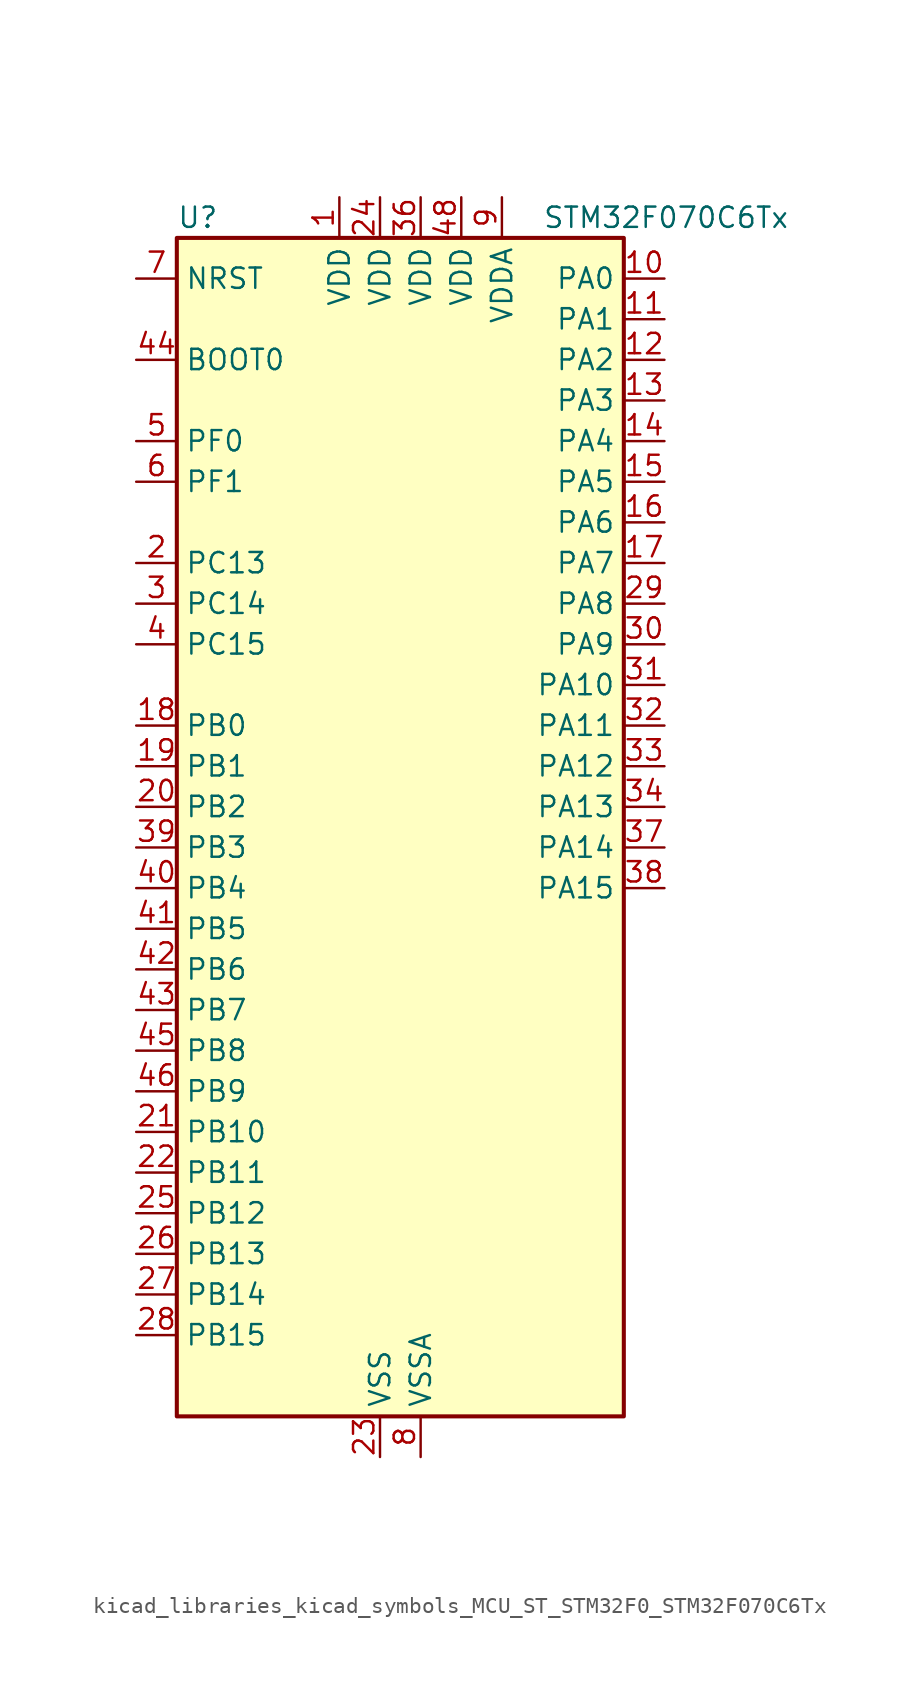
<source format=kicad_sym>
(kicad_symbol_lib
  (version 20220914)
  (generator kicad_symbol_editor)
  (symbol "kicad_libraries_kicad_symbols_MCU_ST_STM32F0_STM32F070C6Tx"
    (property "Reference" "U"
      (at -12.7 39.37 0)
      (effects (font (size 1.27 1.27)) (justify left)))
    (property "Value" "STM32F070C6Tx"
      (at 10.16 39.37 0)
      (effects (font (size 1.27 1.27)) (justify left)))
    (property "ki_locked" ""
      (at 0 0 0)
      (effects (font (size 1.27 1.27))))
    (symbol "kicad_libraries_kicad_symbols_MCU_ST_STM32F0_STM32F070C6Tx_0_1"
      (rectangle (start -12.7 -35.56) (end 15.24 38.1) (stroke (width 0.254) (type default)) (fill (type background))))
    (symbol "kicad_libraries_kicad_symbols_MCU_ST_STM32F0_STM32F070C6Tx_1_1"
      (pin power_in line (at -2.54 40.64 270) (length 2.54) (name "VDD" (effects (font (size 1.27 1.27)))) (number "1" (effects (font (size 1.27 1.27)))))
      (pin bidirectional line (at 17.78 35.56 180) (length 2.54) (name "PA0" (effects (font (size 1.27 1.27)))) (number "10" (effects (font (size 1.27 1.27)))) (alternate "ADC_IN0" bidirectional line) (alternate "RTC_TAMP2" bidirectional line) (alternate "SYS_WKUP1" bidirectional line) (alternate "USART2_CTS" bidirectional line))
      (pin bidirectional line (at 17.78 33.02 180) (length 2.54) (name "PA1" (effects (font (size 1.27 1.27)))) (number "11" (effects (font (size 1.27 1.27)))) (alternate "ADC_IN1" bidirectional line) (alternate "USART2_DE" bidirectional line) (alternate "USART2_RTS" bidirectional line))
      (pin bidirectional line (at 17.78 30.48 180) (length 2.54) (name "PA2" (effects (font (size 1.27 1.27)))) (number "12" (effects (font (size 1.27 1.27)))) (alternate "ADC_IN2" bidirectional line) (alternate "SYS_WKUP4" bidirectional line) (alternate "USART2_TX" bidirectional line))
      (pin bidirectional line (at 17.78 27.94 180) (length 2.54) (name "PA3" (effects (font (size 1.27 1.27)))) (number "13" (effects (font (size 1.27 1.27)))) (alternate "ADC_IN3" bidirectional line) (alternate "USART2_RX" bidirectional line))
      (pin bidirectional line (at 17.78 25.4 180) (length 2.54) (name "PA4" (effects (font (size 1.27 1.27)))) (number "14" (effects (font (size 1.27 1.27)))) (alternate "ADC_IN4" bidirectional line) (alternate "SPI1_NSS" bidirectional line) (alternate "TIM14_CH1" bidirectional line) (alternate "USART2_CK" bidirectional line) (alternate "USB_NOE" bidirectional line))
      (pin bidirectional line (at 17.78 22.86 180) (length 2.54) (name "PA5" (effects (font (size 1.27 1.27)))) (number "15" (effects (font (size 1.27 1.27)))) (alternate "ADC_IN5" bidirectional line) (alternate "SPI1_SCK" bidirectional line))
      (pin bidirectional line (at 17.78 20.32 180) (length 2.54) (name "PA6" (effects (font (size 1.27 1.27)))) (number "16" (effects (font (size 1.27 1.27)))) (alternate "ADC_IN6" bidirectional line) (alternate "SPI1_MISO" bidirectional line) (alternate "TIM16_CH1" bidirectional line) (alternate "TIM1_BKIN" bidirectional line) (alternate "TIM3_CH1" bidirectional line))
      (pin bidirectional line (at 17.78 17.78 180) (length 2.54) (name "PA7" (effects (font (size 1.27 1.27)))) (number "17" (effects (font (size 1.27 1.27)))) (alternate "ADC_IN7" bidirectional line) (alternate "SPI1_MOSI" bidirectional line) (alternate "TIM14_CH1" bidirectional line) (alternate "TIM17_CH1" bidirectional line) (alternate "TIM1_CH1N" bidirectional line) (alternate "TIM3_CH2" bidirectional line))
      (pin bidirectional line (at -15.24 7.62 0) (length 2.54) (name "PB0" (effects (font (size 1.27 1.27)))) (number "18" (effects (font (size 1.27 1.27)))) (alternate "ADC_IN8" bidirectional line) (alternate "TIM1_CH2N" bidirectional line) (alternate "TIM3_CH3" bidirectional line))
      (pin bidirectional line (at -15.24 5.08 0) (length 2.54) (name "PB1" (effects (font (size 1.27 1.27)))) (number "19" (effects (font (size 1.27 1.27)))) (alternate "ADC_IN9" bidirectional line) (alternate "TIM14_CH1" bidirectional line) (alternate "TIM1_CH3N" bidirectional line) (alternate "TIM3_CH4" bidirectional line))
      (pin bidirectional line (at -15.24 17.78 0) (length 2.54) (name "PC13" (effects (font (size 1.27 1.27)))) (number "2" (effects (font (size 1.27 1.27)))) (alternate "RTC_OUT_ALARM" bidirectional line) (alternate "RTC_OUT_CALIB" bidirectional line) (alternate "RTC_TAMP1" bidirectional line) (alternate "RTC_TS" bidirectional line) (alternate "SYS_WKUP2" bidirectional line))
      (pin bidirectional line (at -15.24 2.54 0) (length 2.54) (name "PB2" (effects (font (size 1.27 1.27)))) (number "20" (effects (font (size 1.27 1.27)))))
      (pin bidirectional line (at -15.24 -17.78 0) (length 2.54) (name "PB10" (effects (font (size 1.27 1.27)))) (number "21" (effects (font (size 1.27 1.27)))))
      (pin bidirectional line (at -15.24 -20.32 0) (length 2.54) (name "PB11" (effects (font (size 1.27 1.27)))) (number "22" (effects (font (size 1.27 1.27)))))
      (pin power_in line (at 0 -38.1 90) (length 2.54) (name "VSS" (effects (font (size 1.27 1.27)))) (number "23" (effects (font (size 1.27 1.27)))))
      (pin power_in line (at 0 40.64 270) (length 2.54) (name "VDD" (effects (font (size 1.27 1.27)))) (number "24" (effects (font (size 1.27 1.27)))))
      (pin bidirectional line (at -15.24 -22.86 0) (length 2.54) (name "PB12" (effects (font (size 1.27 1.27)))) (number "25" (effects (font (size 1.27 1.27)))) (alternate "TIM1_BKIN" bidirectional line))
      (pin bidirectional line (at -15.24 -25.4 0) (length 2.54) (name "PB13" (effects (font (size 1.27 1.27)))) (number "26" (effects (font (size 1.27 1.27)))) (alternate "TIM1_CH1N" bidirectional line))
      (pin bidirectional line (at -15.24 -27.94 0) (length 2.54) (name "PB14" (effects (font (size 1.27 1.27)))) (number "27" (effects (font (size 1.27 1.27)))) (alternate "TIM1_CH2N" bidirectional line))
      (pin bidirectional line (at -15.24 -30.48 0) (length 2.54) (name "PB15" (effects (font (size 1.27 1.27)))) (number "28" (effects (font (size 1.27 1.27)))) (alternate "RTC_REFIN" bidirectional line) (alternate "SYS_WKUP7" bidirectional line) (alternate "TIM1_CH3N" bidirectional line))
      (pin bidirectional line (at 17.78 15.24 180) (length 2.54) (name "PA8" (effects (font (size 1.27 1.27)))) (number "29" (effects (font (size 1.27 1.27)))) (alternate "RCC_MCO" bidirectional line) (alternate "TIM1_CH1" bidirectional line) (alternate "USART1_CK" bidirectional line))
      (pin bidirectional line (at -15.24 15.24 0) (length 2.54) (name "PC14" (effects (font (size 1.27 1.27)))) (number "3" (effects (font (size 1.27 1.27)))) (alternate "RCC_OSC32_IN" bidirectional line))
      (pin bidirectional line (at 17.78 12.7 180) (length 2.54) (name "PA9" (effects (font (size 1.27 1.27)))) (number "30" (effects (font (size 1.27 1.27)))) (alternate "I2C1_SCL" bidirectional line) (alternate "TIM1_CH2" bidirectional line) (alternate "USART1_TX" bidirectional line))
      (pin bidirectional line (at 17.78 10.16 180) (length 2.54) (name "PA10" (effects (font (size 1.27 1.27)))) (number "31" (effects (font (size 1.27 1.27)))) (alternate "I2C1_SDA" bidirectional line) (alternate "TIM17_BKIN" bidirectional line) (alternate "TIM1_CH3" bidirectional line) (alternate "USART1_RX" bidirectional line))
      (pin bidirectional line (at 17.78 7.62 180) (length 2.54) (name "PA11" (effects (font (size 1.27 1.27)))) (number "32" (effects (font (size 1.27 1.27)))) (alternate "TIM1_CH4" bidirectional line) (alternate "USART1_CTS" bidirectional line) (alternate "USB_DM" bidirectional line))
      (pin bidirectional line (at 17.78 5.08 180) (length 2.54) (name "PA12" (effects (font (size 1.27 1.27)))) (number "33" (effects (font (size 1.27 1.27)))) (alternate "TIM1_ETR" bidirectional line) (alternate "USART1_DE" bidirectional line) (alternate "USART1_RTS" bidirectional line) (alternate "USB_DP" bidirectional line))
      (pin bidirectional line (at 17.78 2.54 180) (length 2.54) (name "PA13" (effects (font (size 1.27 1.27)))) (number "34" (effects (font (size 1.27 1.27)))) (alternate "IR_OUT" bidirectional line) (alternate "SYS_SWDIO" bidirectional line) (alternate "USB_NOE" bidirectional line))
      (pin passive line (at 0 -38.1 90) (length 2.54) hide (name "VSS" (effects (font (size 1.27 1.27)))) (number "35" (effects (font (size 1.27 1.27)))))
      (pin power_in line (at 2.54 40.64 270) (length 2.54) (name "VDD" (effects (font (size 1.27 1.27)))) (number "36" (effects (font (size 1.27 1.27)))))
      (pin bidirectional line (at 17.78 0 180) (length 2.54) (name "PA14" (effects (font (size 1.27 1.27)))) (number "37" (effects (font (size 1.27 1.27)))) (alternate "SYS_SWCLK" bidirectional line) (alternate "USART2_TX" bidirectional line))
      (pin bidirectional line (at 17.78 -2.54 180) (length 2.54) (name "PA15" (effects (font (size 1.27 1.27)))) (number "38" (effects (font (size 1.27 1.27)))) (alternate "SPI1_NSS" bidirectional line) (alternate "USART2_RX" bidirectional line))
      (pin bidirectional line (at -15.24 0 0) (length 2.54) (name "PB3" (effects (font (size 1.27 1.27)))) (number "39" (effects (font (size 1.27 1.27)))) (alternate "SPI1_SCK" bidirectional line))
      (pin bidirectional line (at -15.24 12.7 0) (length 2.54) (name "PC15" (effects (font (size 1.27 1.27)))) (number "4" (effects (font (size 1.27 1.27)))) (alternate "RCC_OSC32_OUT" bidirectional line))
      (pin bidirectional line (at -15.24 -2.54 0) (length 2.54) (name "PB4" (effects (font (size 1.27 1.27)))) (number "40" (effects (font (size 1.27 1.27)))) (alternate "SPI1_MISO" bidirectional line) (alternate "TIM17_BKIN" bidirectional line) (alternate "TIM3_CH1" bidirectional line))
      (pin bidirectional line (at -15.24 -5.08 0) (length 2.54) (name "PB5" (effects (font (size 1.27 1.27)))) (number "41" (effects (font (size 1.27 1.27)))) (alternate "I2C1_SMBA" bidirectional line) (alternate "SPI1_MOSI" bidirectional line) (alternate "SYS_WKUP6" bidirectional line) (alternate "TIM16_BKIN" bidirectional line) (alternate "TIM3_CH2" bidirectional line))
      (pin bidirectional line (at -15.24 -7.62 0) (length 2.54) (name "PB6" (effects (font (size 1.27 1.27)))) (number "42" (effects (font (size 1.27 1.27)))) (alternate "I2C1_SCL" bidirectional line) (alternate "TIM16_CH1N" bidirectional line) (alternate "USART1_TX" bidirectional line))
      (pin bidirectional line (at -15.24 -10.16 0) (length 2.54) (name "PB7" (effects (font (size 1.27 1.27)))) (number "43" (effects (font (size 1.27 1.27)))) (alternate "I2C1_SDA" bidirectional line) (alternate "TIM17_CH1N" bidirectional line) (alternate "USART1_RX" bidirectional line))
      (pin input line (at -15.24 30.48 0) (length 2.54) (name "BOOT0" (effects (font (size 1.27 1.27)))) (number "44" (effects (font (size 1.27 1.27)))))
      (pin bidirectional line (at -15.24 -12.7 0) (length 2.54) (name "PB8" (effects (font (size 1.27 1.27)))) (number "45" (effects (font (size 1.27 1.27)))) (alternate "I2C1_SCL" bidirectional line) (alternate "TIM16_CH1" bidirectional line))
      (pin bidirectional line (at -15.24 -15.24 0) (length 2.54) (name "PB9" (effects (font (size 1.27 1.27)))) (number "46" (effects (font (size 1.27 1.27)))) (alternate "I2C1_SDA" bidirectional line) (alternate "IR_OUT" bidirectional line) (alternate "TIM17_CH1" bidirectional line))
      (pin passive line (at 0 -38.1 90) (length 2.54) hide (name "VSS" (effects (font (size 1.27 1.27)))) (number "47" (effects (font (size 1.27 1.27)))))
      (pin power_in line (at 5.08 40.64 270) (length 2.54) (name "VDD" (effects (font (size 1.27 1.27)))) (number "48" (effects (font (size 1.27 1.27)))))
      (pin bidirectional line (at -15.24 25.4 0) (length 2.54) (name "PF0" (effects (font (size 1.27 1.27)))) (number "5" (effects (font (size 1.27 1.27)))) (alternate "I2C1_SDA" bidirectional line) (alternate "RCC_OSC_IN" bidirectional line))
      (pin bidirectional line (at -15.24 22.86 0) (length 2.54) (name "PF1" (effects (font (size 1.27 1.27)))) (number "6" (effects (font (size 1.27 1.27)))) (alternate "I2C1_SCL" bidirectional line) (alternate "RCC_OSC_OUT" bidirectional line))
      (pin input line (at -15.24 35.56 0) (length 2.54) (name "NRST" (effects (font (size 1.27 1.27)))) (number "7" (effects (font (size 1.27 1.27)))))
      (pin power_in line (at 2.54 -38.1 90) (length 2.54) (name "VSSA" (effects (font (size 1.27 1.27)))) (number "8" (effects (font (size 1.27 1.27)))))
      (pin power_in line (at 7.62 40.64 270) (length 2.54) (name "VDDA" (effects (font (size 1.27 1.27)))) (number "9" (effects (font (size 1.27 1.27))))))))
</source>
